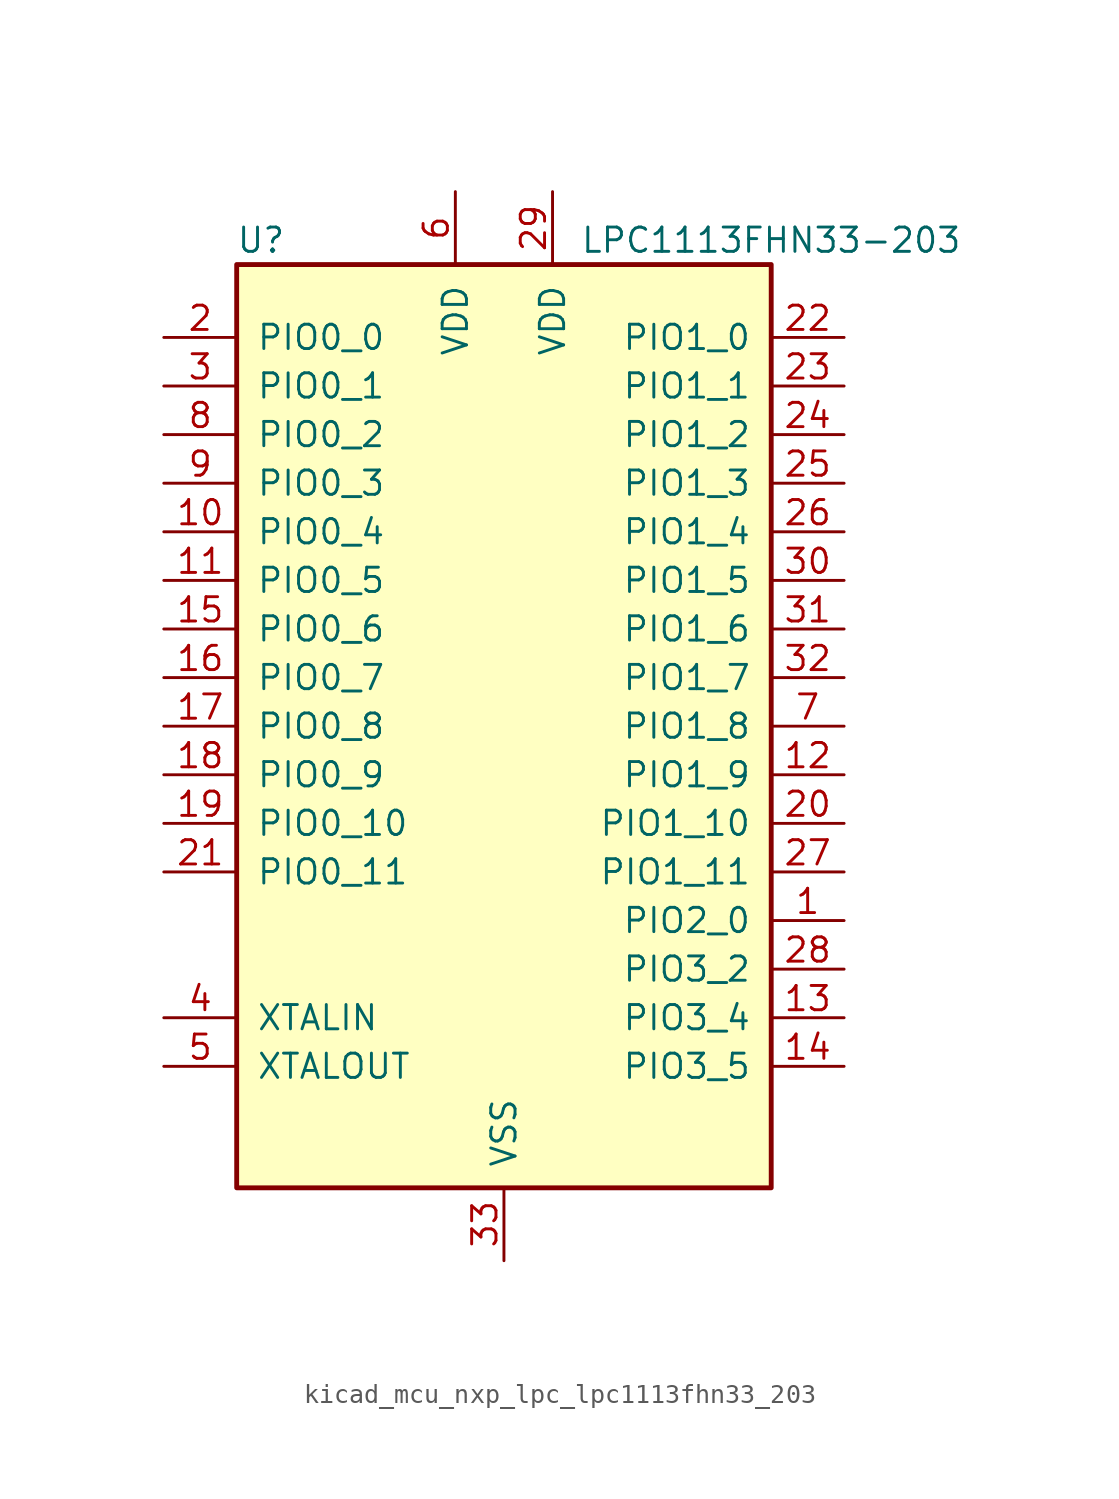
<source format=kicad_sym>
(kicad_symbol_lib
  (version 20220914)
  (generator kicad_symbol_editor)
  (symbol "kicad_mcu_nxp_lpc_lpc1113fhn33_203"
    (pin_names
      (offset 1.016))
    (property "Reference" "U"
      (at -12.7 25.4 0)
      (effects (font (size 1.27 1.27))))
    (property "Value" "LPC1113FHN33-203"
      (at 13.97 25.4 0)
      (effects (font (size 1.27 1.27))))
    (symbol "kicad_mcu_nxp_lpc_lpc1113fhn33_203_0_1"
      (rectangle (start -13.97 24.13) (end 13.97 -24.13) (stroke (width 0.254) (type default)) (fill (type background))))
    (symbol "kicad_mcu_nxp_lpc_lpc1113fhn33_203_1_1"
      (pin bidirectional line (at 17.78 -10.16 180) (length 3.81) (name "PIO2_0" (effects (font (size 1.27 1.27)))) (number "1" (effects (font (size 1.27 1.27)))))
      (pin bidirectional line (at -17.78 10.16 0) (length 3.81) (name "PIO0_4" (effects (font (size 1.27 1.27)))) (number "10" (effects (font (size 1.27 1.27)))))
      (pin bidirectional line (at -17.78 7.62 0) (length 3.81) (name "PIO0_5" (effects (font (size 1.27 1.27)))) (number "11" (effects (font (size 1.27 1.27)))))
      (pin bidirectional line (at 17.78 -2.54 180) (length 3.81) (name "PIO1_9" (effects (font (size 1.27 1.27)))) (number "12" (effects (font (size 1.27 1.27)))))
      (pin bidirectional line (at 17.78 -15.24 180) (length 3.81) (name "PIO3_4" (effects (font (size 1.27 1.27)))) (number "13" (effects (font (size 1.27 1.27)))))
      (pin bidirectional line (at 17.78 -17.78 180) (length 3.81) (name "PIO3_5" (effects (font (size 1.27 1.27)))) (number "14" (effects (font (size 1.27 1.27)))))
      (pin bidirectional line (at -17.78 5.08 0) (length 3.81) (name "PIO0_6" (effects (font (size 1.27 1.27)))) (number "15" (effects (font (size 1.27 1.27)))))
      (pin bidirectional line (at -17.78 2.54 0) (length 3.81) (name "PIO0_7" (effects (font (size 1.27 1.27)))) (number "16" (effects (font (size 1.27 1.27)))))
      (pin bidirectional line (at -17.78 0 0) (length 3.81) (name "PIO0_8" (effects (font (size 1.27 1.27)))) (number "17" (effects (font (size 1.27 1.27)))))
      (pin bidirectional line (at -17.78 -2.54 0) (length 3.81) (name "PIO0_9" (effects (font (size 1.27 1.27)))) (number "18" (effects (font (size 1.27 1.27)))))
      (pin bidirectional line (at -17.78 -5.08 0) (length 3.81) (name "PIO0_10" (effects (font (size 1.27 1.27)))) (number "19" (effects (font (size 1.27 1.27)))))
      (pin bidirectional line (at -17.78 20.32 0) (length 3.81) (name "PIO0_0" (effects (font (size 1.27 1.27)))) (number "2" (effects (font (size 1.27 1.27)))))
      (pin bidirectional line (at 17.78 -5.08 180) (length 3.81) (name "PIO1_10" (effects (font (size 1.27 1.27)))) (number "20" (effects (font (size 1.27 1.27)))))
      (pin bidirectional line (at -17.78 -7.62 0) (length 3.81) (name "PIO0_11" (effects (font (size 1.27 1.27)))) (number "21" (effects (font (size 1.27 1.27)))))
      (pin bidirectional line (at 17.78 20.32 180) (length 3.81) (name "PIO1_0" (effects (font (size 1.27 1.27)))) (number "22" (effects (font (size 1.27 1.27)))))
      (pin bidirectional line (at 17.78 17.78 180) (length 3.81) (name "PIO1_1" (effects (font (size 1.27 1.27)))) (number "23" (effects (font (size 1.27 1.27)))))
      (pin bidirectional line (at 17.78 15.24 180) (length 3.81) (name "PIO1_2" (effects (font (size 1.27 1.27)))) (number "24" (effects (font (size 1.27 1.27)))))
      (pin bidirectional line (at 17.78 12.7 180) (length 3.81) (name "PIO1_3" (effects (font (size 1.27 1.27)))) (number "25" (effects (font (size 1.27 1.27)))))
      (pin bidirectional line (at 17.78 10.16 180) (length 3.81) (name "PIO1_4" (effects (font (size 1.27 1.27)))) (number "26" (effects (font (size 1.27 1.27)))))
      (pin bidirectional line (at 17.78 -7.62 180) (length 3.81) (name "PIO1_11" (effects (font (size 1.27 1.27)))) (number "27" (effects (font (size 1.27 1.27)))))
      (pin bidirectional line (at 17.78 -12.7 180) (length 3.81) (name "PIO3_2" (effects (font (size 1.27 1.27)))) (number "28" (effects (font (size 1.27 1.27)))))
      (pin power_in line (at 2.54 27.94 270) (length 3.81) (name "VDD" (effects (font (size 1.27 1.27)))) (number "29" (effects (font (size 1.27 1.27)))))
      (pin bidirectional line (at -17.78 17.78 0) (length 3.81) (name "PIO0_1" (effects (font (size 1.27 1.27)))) (number "3" (effects (font (size 1.27 1.27)))))
      (pin bidirectional line (at 17.78 7.62 180) (length 3.81) (name "PIO1_5" (effects (font (size 1.27 1.27)))) (number "30" (effects (font (size 1.27 1.27)))))
      (pin bidirectional line (at 17.78 5.08 180) (length 3.81) (name "PIO1_6" (effects (font (size 1.27 1.27)))) (number "31" (effects (font (size 1.27 1.27)))))
      (pin bidirectional line (at 17.78 2.54 180) (length 3.81) (name "PIO1_7" (effects (font (size 1.27 1.27)))) (number "32" (effects (font (size 1.27 1.27)))))
      (pin power_in line (at 0 -27.94 90) (length 3.81) (name "VSS" (effects (font (size 1.27 1.27)))) (number "33" (effects (font (size 1.27 1.27)))))
      (pin input line (at -17.78 -15.24 0) (length 3.81) (name "XTALIN" (effects (font (size 1.27 1.27)))) (number "4" (effects (font (size 1.27 1.27)))))
      (pin output line (at -17.78 -17.78 0) (length 3.81) (name "XTALOUT" (effects (font (size 1.27 1.27)))) (number "5" (effects (font (size 1.27 1.27)))))
      (pin power_in line (at -2.54 27.94 270) (length 3.81) (name "VDD" (effects (font (size 1.27 1.27)))) (number "6" (effects (font (size 1.27 1.27)))))
      (pin bidirectional line (at 17.78 0 180) (length 3.81) (name "PIO1_8" (effects (font (size 1.27 1.27)))) (number "7" (effects (font (size 1.27 1.27)))))
      (pin bidirectional line (at -17.78 15.24 0) (length 3.81) (name "PIO0_2" (effects (font (size 1.27 1.27)))) (number "8" (effects (font (size 1.27 1.27)))))
      (pin bidirectional line (at -17.78 12.7 0) (length 3.81) (name "PIO0_3" (effects (font (size 1.27 1.27)))) (number "9" (effects (font (size 1.27 1.27))))))))
</source>
